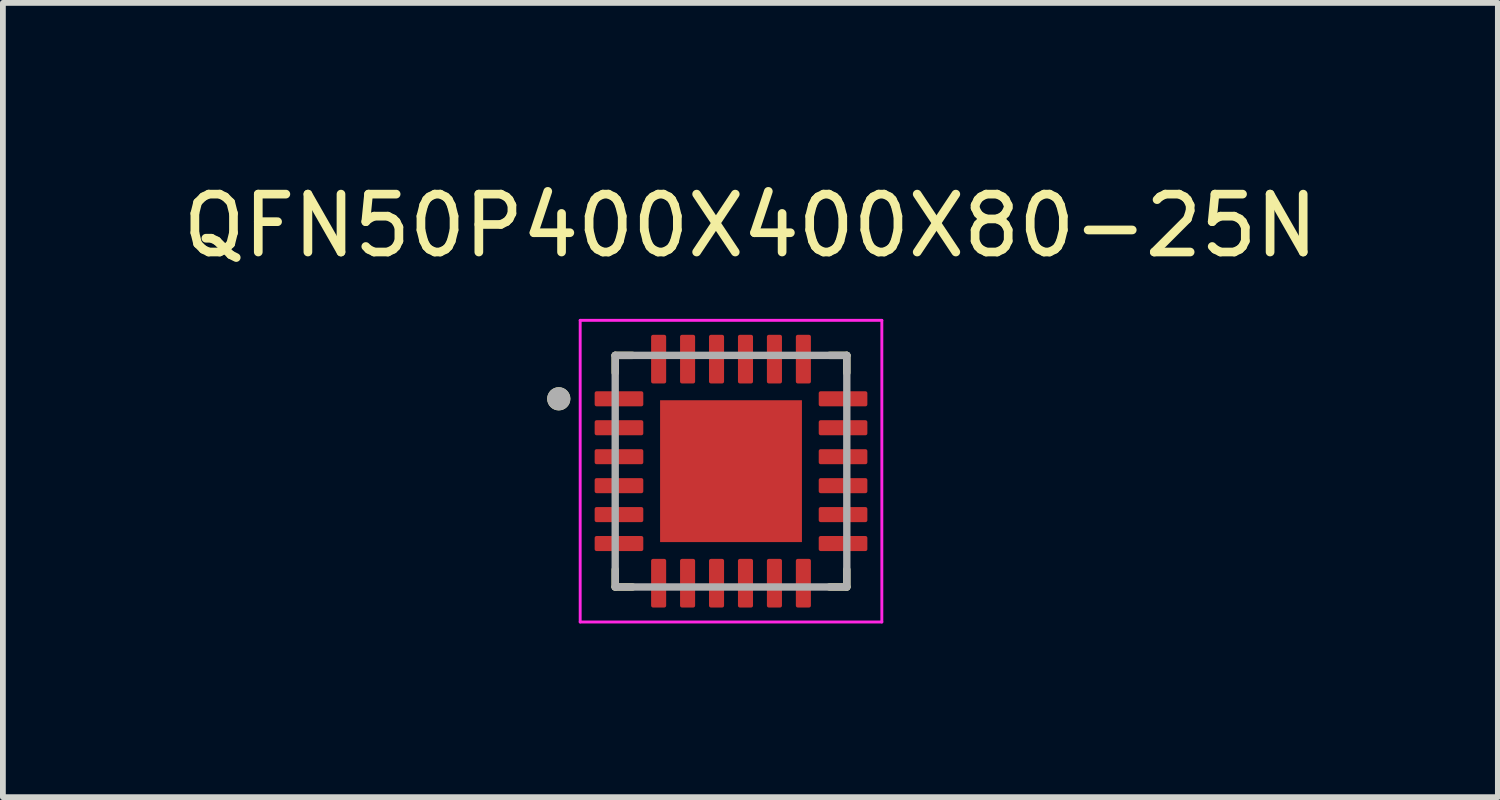
<source format=kicad_pcb>
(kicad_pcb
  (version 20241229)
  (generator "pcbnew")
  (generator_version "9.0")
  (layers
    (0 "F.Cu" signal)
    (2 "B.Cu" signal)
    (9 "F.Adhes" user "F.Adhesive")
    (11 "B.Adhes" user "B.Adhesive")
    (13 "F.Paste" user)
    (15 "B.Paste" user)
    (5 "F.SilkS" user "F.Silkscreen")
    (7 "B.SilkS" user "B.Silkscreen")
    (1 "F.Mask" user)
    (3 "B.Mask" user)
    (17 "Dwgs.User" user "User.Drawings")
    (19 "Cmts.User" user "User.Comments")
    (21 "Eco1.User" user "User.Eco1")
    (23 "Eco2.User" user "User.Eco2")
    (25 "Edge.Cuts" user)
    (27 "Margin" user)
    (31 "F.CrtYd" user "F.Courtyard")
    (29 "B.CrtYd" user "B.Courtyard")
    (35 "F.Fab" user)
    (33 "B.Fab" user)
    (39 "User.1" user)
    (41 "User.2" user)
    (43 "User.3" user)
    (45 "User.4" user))
  (footprint "QFN50P400X400X80-25N"
    (layer "F.Cu")
    (at 9.576 5.088)
    (property "Reference" "QFN50P400X400X80-25N" (at 0.335 -4.24 0) (layer "F.SilkS") (effects (font (size 1 1) (thickness 0.15))))
    (attr smd)
    (fp_line (start -2 -2) (end -2 -1.7) (stroke (width 0.127) (type solid)) (layer "F.SilkS"))
    (fp_line (start -2 -2) (end -1.7 -2) (stroke (width 0.127) (type solid)) (layer "F.SilkS"))
    (fp_line (start -2 2) (end -2 1.7) (stroke (width 0.127) (type solid)) (layer "F.SilkS"))
    (fp_line (start -2 2) (end -1.7 2) (stroke (width 0.127) (type solid)) (layer "F.SilkS"))
    (fp_line (start 2 -2) (end 1.7 -2) (stroke (width 0.127) (type solid)) (layer "F.SilkS"))
    (fp_line (start 2 -2) (end 2 -1.7) (stroke (width 0.127) (type solid)) (layer "F.SilkS"))
    (fp_line (start 2 2) (end 1.7 2) (stroke (width 0.127) (type solid)) (layer "F.SilkS"))
    (fp_line (start 2 2) (end 2 1.7) (stroke (width 0.127) (type solid)) (layer "F.SilkS"))
    (fp_circle (center -2.975 -1.25) (end -2.875 -1.25) (stroke (width 0.2) (type solid)) (fill no) (layer "F.SilkS"))
    (fp_poly (pts (xy -0.77 -0.77) (xy 0.77 -0.77) (xy 0.77 0.77) (xy -0.77 0.77)) (stroke (width 0.01) (type solid)) (fill yes) (layer "F.Paste"))
    (fp_line (start -2.605 -2.605) (end 2.605 -2.605) (stroke (width 0.05) (type solid)) (layer "F.CrtYd"))
    (fp_line (start -2.605 2.605) (end -2.605 -2.605) (stroke (width 0.05) (type solid)) (layer "F.CrtYd"))
    (fp_line (start -2.605 2.605) (end 2.605 2.605) (stroke (width 0.05) (type solid)) (layer "F.CrtYd"))
    (fp_line (start 2.605 2.605) (end 2.605 -2.605) (stroke (width 0.05) (type solid)) (layer "F.CrtYd"))
    (fp_line (start -2 2) (end -2 -2) (stroke (width 0.127) (type solid)) (layer "F.Fab"))
    (fp_line (start 2 -2) (end -2 -2) (stroke (width 0.127) (type solid)) (layer "F.Fab"))
    (fp_line (start 2 2) (end -2 2) (stroke (width 0.127) (type solid)) (layer "F.Fab"))
    (fp_line (start 2 2) (end 2 -2) (stroke (width 0.127) (type solid)) (layer "F.Fab"))
    (fp_circle (center -2.975 -1.25) (end -2.875 -1.25) (stroke (width 0.2) (type solid)) (fill no) (layer "F.Fab"))
    (pad "1" smd roundrect (at -1.935 -1.25) (size 0.84 0.26) (layers "F.Cu" "F.Mask" "F.Paste") (roundrect_rratio 0.125))
    (pad "2" smd roundrect (at -1.935 -0.75) (size 0.84 0.26) (layers "F.Cu" "F.Mask" "F.Paste") (roundrect_rratio 0.125))
    (pad "3" smd roundrect (at -1.935 -0.25) (size 0.84 0.26) (layers "F.Cu" "F.Mask" "F.Paste") (roundrect_rratio 0.125))
    (pad "4" smd roundrect (at -1.935 0.25) (size 0.84 0.26) (layers "F.Cu" "F.Mask" "F.Paste") (roundrect_rratio 0.125))
    (pad "5" smd roundrect (at -1.935 0.75) (size 0.84 0.26) (layers "F.Cu" "F.Mask" "F.Paste") (roundrect_rratio 0.125))
    (pad "6" smd roundrect (at -1.935 1.25) (size 0.84 0.26) (layers "F.Cu" "F.Mask" "F.Paste") (roundrect_rratio 0.125))
    (pad "7" smd roundrect (at -1.25 1.935) (size 0.26 0.84) (layers "F.Cu" "F.Mask" "F.Paste") (roundrect_rratio 0.125))
    (pad "8" smd roundrect (at -0.75 1.935) (size 0.26 0.84) (layers "F.Cu" "F.Mask" "F.Paste") (roundrect_rratio 0.125))
    (pad "9" smd roundrect (at -0.25 1.935) (size 0.26 0.84) (layers "F.Cu" "F.Mask" "F.Paste") (roundrect_rratio 0.125))
    (pad "10" smd roundrect (at 0.25 1.935) (size 0.26 0.84) (layers "F.Cu" "F.Mask" "F.Paste") (roundrect_rratio 0.125))
    (pad "11" smd roundrect (at 0.75 1.935) (size 0.26 0.84) (layers "F.Cu" "F.Mask" "F.Paste") (roundrect_rratio 0.125))
    (pad "12" smd roundrect (at 1.25 1.935) (size 0.26 0.84) (layers "F.Cu" "F.Mask" "F.Paste") (roundrect_rratio 0.125))
    (pad "13" smd roundrect (at 1.935 1.25) (size 0.84 0.26) (layers "F.Cu" "F.Mask" "F.Paste") (roundrect_rratio 0.125))
    (pad "14" smd roundrect (at 1.935 0.75) (size 0.84 0.26) (layers "F.Cu" "F.Mask" "F.Paste") (roundrect_rratio 0.125))
    (pad "15" smd roundrect (at 1.935 0.25) (size 0.84 0.26) (layers "F.Cu" "F.Mask" "F.Paste") (roundrect_rratio 0.125))
    (pad "16" smd roundrect (at 1.935 -0.25) (size 0.84 0.26) (layers "F.Cu" "F.Mask" "F.Paste") (roundrect_rratio 0.125))
    (pad "17" smd roundrect (at 1.935 -0.75) (size 0.84 0.26) (layers "F.Cu" "F.Mask" "F.Paste") (roundrect_rratio 0.125))
    (pad "18" smd roundrect (at 1.935 -1.25) (size 0.84 0.26) (layers "F.Cu" "F.Mask" "F.Paste") (roundrect_rratio 0.125))
    (pad "19" smd roundrect (at 1.25 -1.935) (size 0.26 0.84) (layers "F.Cu" "F.Mask" "F.Paste") (roundrect_rratio 0.125))
    (pad "20" smd roundrect (at 0.75 -1.935) (size 0.26 0.84) (layers "F.Cu" "F.Mask" "F.Paste") (roundrect_rratio 0.125))
    (pad "21" smd roundrect (at 0.25 -1.935) (size 0.26 0.84) (layers "F.Cu" "F.Mask" "F.Paste") (roundrect_rratio 0.125))
    (pad "22" smd roundrect (at -0.25 -1.935) (size 0.26 0.84) (layers "F.Cu" "F.Mask" "F.Paste") (roundrect_rratio 0.125))
    (pad "23" smd roundrect (at -0.75 -1.935) (size 0.26 0.84) (layers "F.Cu" "F.Mask" "F.Paste") (roundrect_rratio 0.125))
    (pad "24" smd roundrect (at -1.25 -1.935) (size 0.26 0.84) (layers "F.Cu" "F.Mask" "F.Paste") (roundrect_rratio 0.125))
    (pad "25" smd rect (at 0 0) (size 2.45 2.45) (layers "F.Cu" "F.Mask")))
  (gr_rect
    (start -3 -3)
    (end 22.821 10.718)
    (stroke (width 0.1) (type default))
    (fill no)
    (layer "Edge.Cuts")))
</source>
